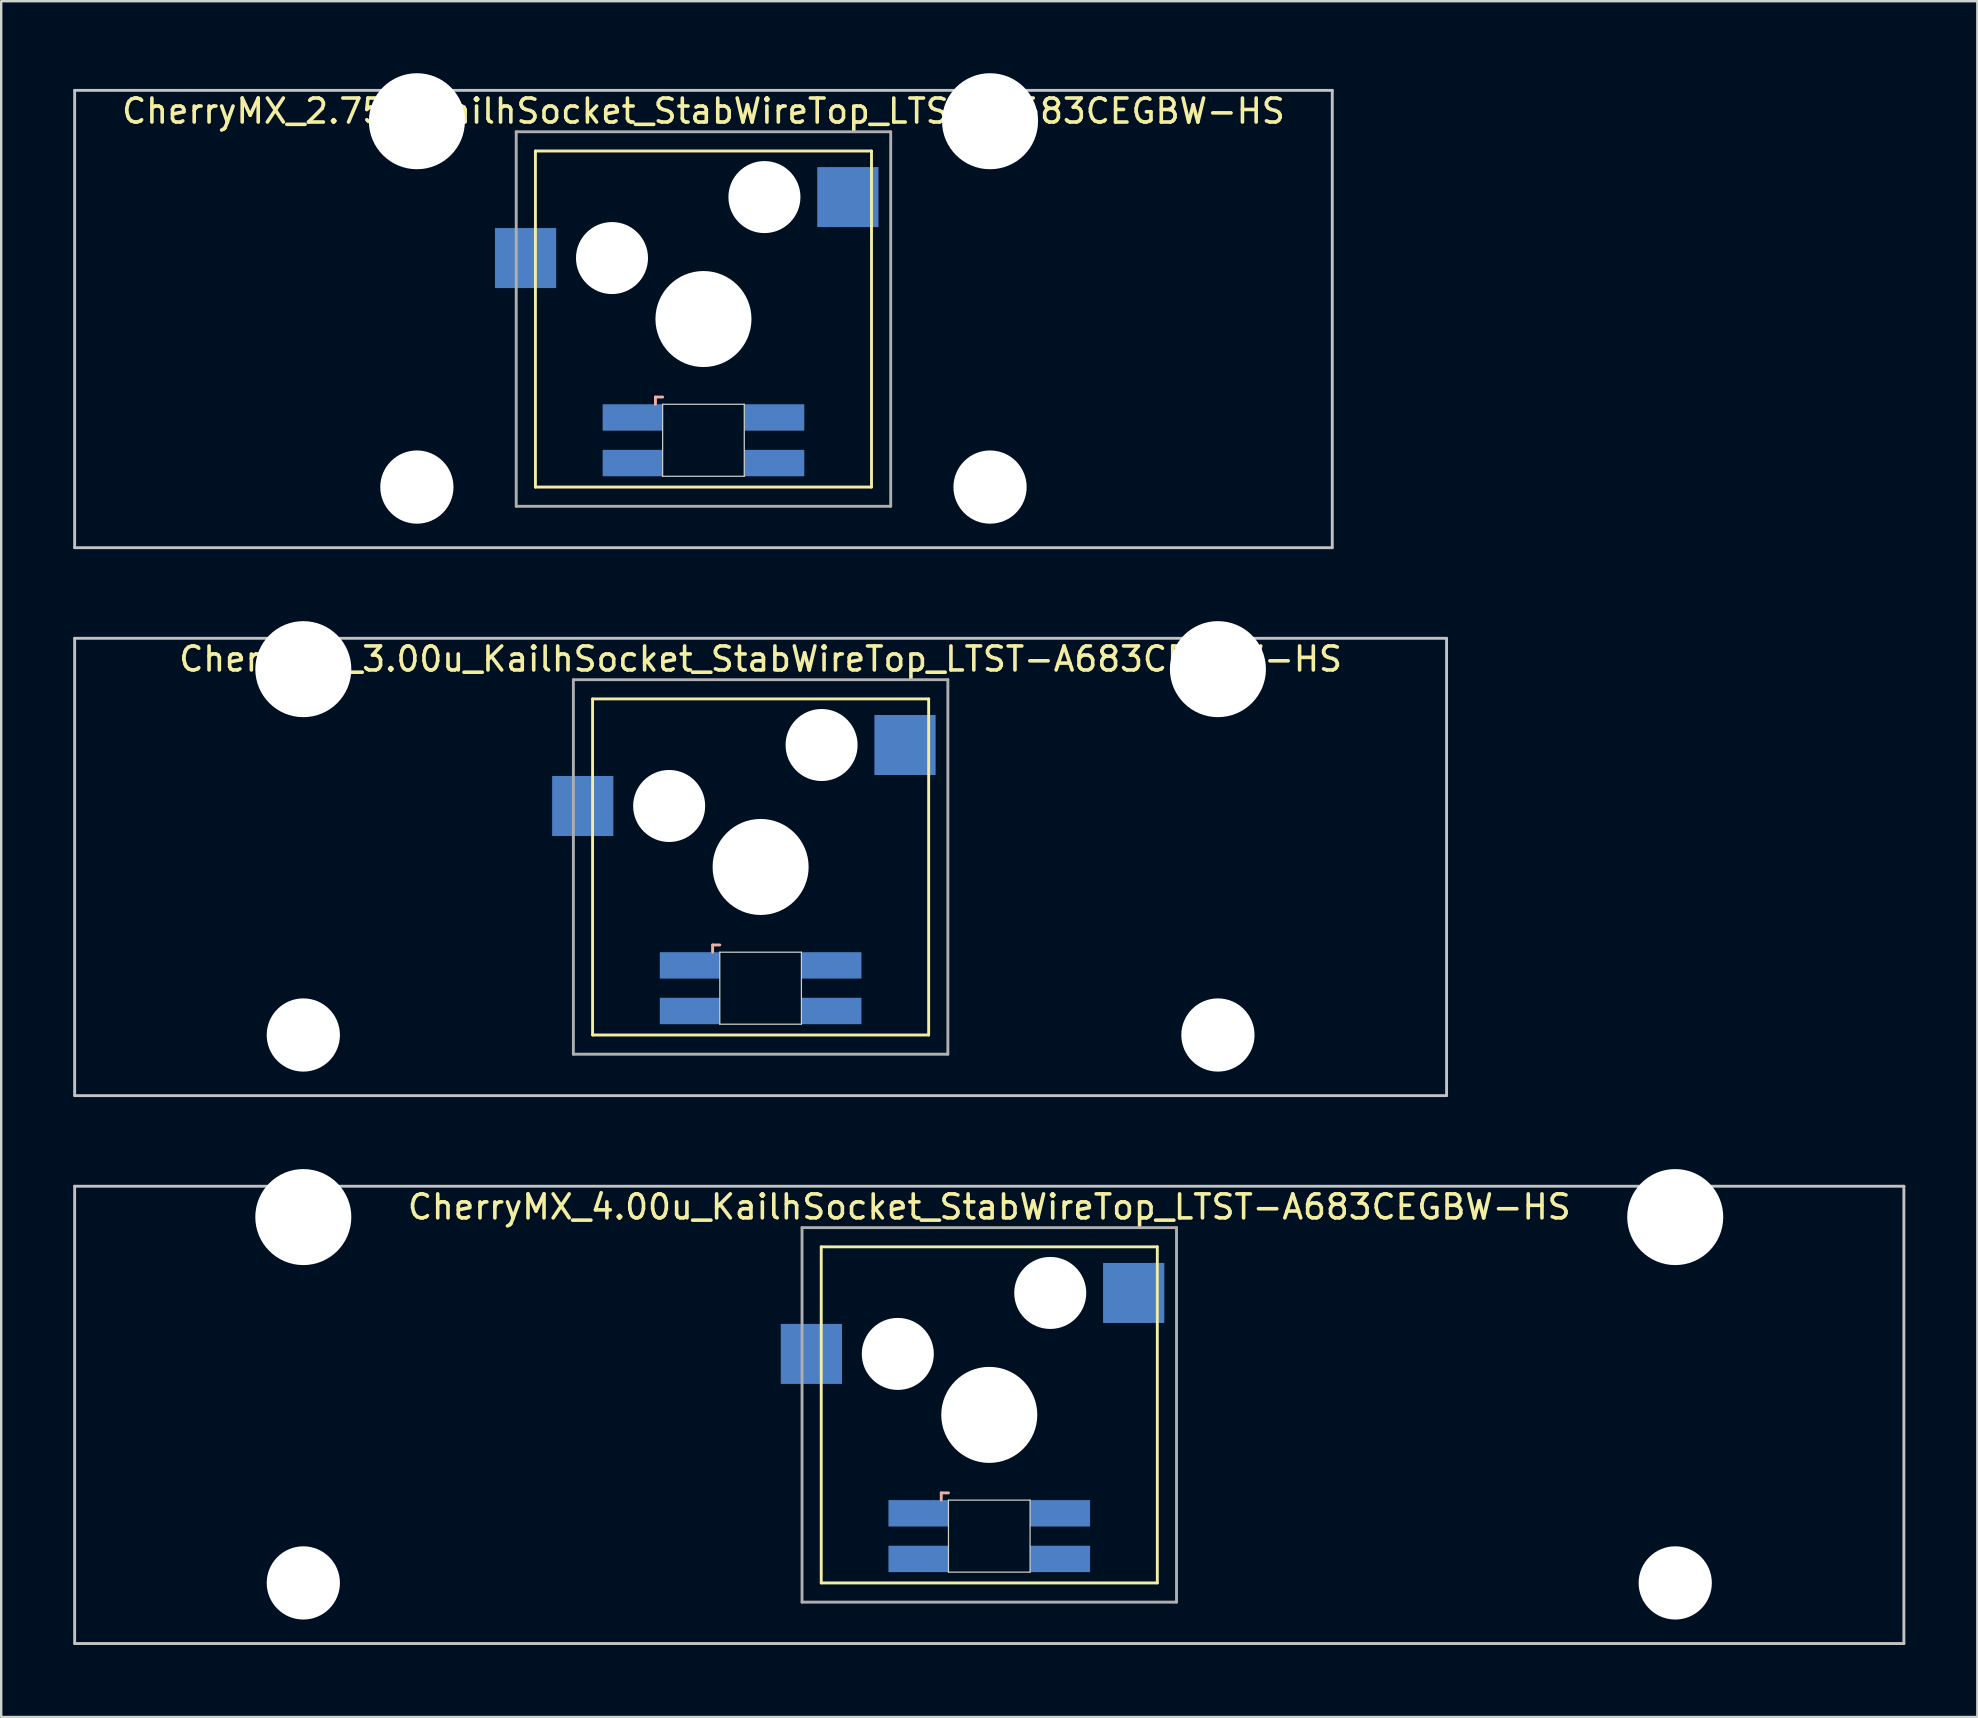
<source format=kicad_pcb>
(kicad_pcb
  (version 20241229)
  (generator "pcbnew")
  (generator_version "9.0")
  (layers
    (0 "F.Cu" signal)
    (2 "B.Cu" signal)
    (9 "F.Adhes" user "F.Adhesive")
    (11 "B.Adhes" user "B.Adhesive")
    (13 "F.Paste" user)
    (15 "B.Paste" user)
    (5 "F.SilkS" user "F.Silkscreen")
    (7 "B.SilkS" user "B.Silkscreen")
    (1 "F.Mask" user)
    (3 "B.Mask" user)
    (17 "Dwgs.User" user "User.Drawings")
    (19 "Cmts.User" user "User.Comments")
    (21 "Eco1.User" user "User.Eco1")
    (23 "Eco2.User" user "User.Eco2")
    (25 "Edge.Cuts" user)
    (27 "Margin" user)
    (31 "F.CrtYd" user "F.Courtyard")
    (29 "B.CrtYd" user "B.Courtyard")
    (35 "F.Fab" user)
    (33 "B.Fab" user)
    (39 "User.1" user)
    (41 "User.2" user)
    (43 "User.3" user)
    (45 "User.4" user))
  (footprint "CherryMX_4.00u_KailhSocket_StabWireTop_LTST-A683CEGBW-HS"
    (layer "F.Cu")
    (at 38.16 55.89)
    (property "Reference" "CherryMX_4.00u_KailhSocket_StabWireTop_LTST-A683CEGBW-HS" (at 0 -8.662 0) (layer "F.SilkS") (effects (font (size 1 1) (thickness 0.15))))
    (attr through_hole)
    (fp_line (start -7 -7) (end -7 7) (stroke (width 0.12) (type solid)) (layer "F.SilkS"))
    (fp_line (start -7 -7) (end 7 -7) (stroke (width 0.12) (type solid)) (layer "F.SilkS"))
    (fp_line (start 7 -7) (end 7 7) (stroke (width 0.12) (type solid)) (layer "F.SilkS"))
    (fp_line (start 7 7) (end -7 7) (stroke (width 0.12) (type solid)) (layer "F.SilkS"))
    (fp_line (start -2 3.25) (end -2 3.55) (stroke (width 0.12) (type solid)) (layer "B.SilkS"))
    (fp_line (start -1.7 3.25) (end -2 3.25) (stroke (width 0.12) (type solid)) (layer "B.SilkS"))
    (fp_line (start -38.1 -9.525) (end 38.1 -9.525) (stroke (width 0.12) (type solid)) (layer "Dwgs.User"))
    (fp_line (start -38.1 9.525) (end -38.1 -9.525) (stroke (width 0.12) (type solid)) (layer "Dwgs.User"))
    (fp_line (start 38.1 -9.525) (end 38.1 9.525) (stroke (width 0.12) (type solid)) (layer "Dwgs.User"))
    (fp_line (start 38.1 9.525) (end -38.1 9.525) (stroke (width 0.12) (type solid)) (layer "Dwgs.User"))
    (fp_line (start -1.7 3.55) (end 1.7 3.55) (stroke (width 0.05) (type solid)) (layer "Edge.Cuts"))
    (fp_line (start -1.7 6.55) (end -1.7 3.55) (stroke (width 0.05) (type solid)) (layer "Edge.Cuts"))
    (fp_line (start 1.7 3.55) (end 1.7 6.55) (stroke (width 0.05) (type solid)) (layer "Edge.Cuts"))
    (fp_line (start 1.7 6.55) (end -1.7 6.55) (stroke (width 0.05) (type solid)) (layer "Edge.Cuts"))
    (fp_line (start -7.8 -7.8) (end -7.8 7.8) (stroke (width 0.12) (type solid)) (layer "F.Fab"))
    (fp_line (start -7.8 -7.8) (end 7.8 -7.8) (stroke (width 0.12) (type solid)) (layer "F.Fab"))
    (fp_line (start -7.8 7.8) (end 7.8 7.8) (stroke (width 0.12) (type solid)) (layer "F.Fab"))
    (fp_line (start 7.8 -7.8) (end 7.8 7.8) (stroke (width 0.12) (type solid)) (layer "F.Fab"))
    (pad "" np_thru_hole circle (at -28.575 -8.24) (size 4 4) (drill 4) (layers "*.Cu" "*.Mask"))
    (pad "" np_thru_hole circle (at -28.575 7) (size 3.05 3.05) (drill 3.05) (layers "*.Cu" "*.Mask"))
    (pad "" np_thru_hole circle (at -3.81 -2.54) (size 3 3) (drill 3) (layers "*.Cu" "*.Mask"))
    (pad "" np_thru_hole circle (at 0 0) (size 4 4) (drill 4) (layers "*.Cu" "*.Mask"))
    (pad "" np_thru_hole circle (at 2.54 -5.08) (size 3 3) (drill 3) (layers "*.Cu" "*.Mask"))
    (pad "" np_thru_hole circle (at 28.575 -8.24) (size 4 4) (drill 4) (layers "*.Cu" "*.Mask"))
    (pad "" np_thru_hole circle (at 28.575 7) (size 3.05 3.05) (drill 3.05) (layers "*.Cu" "*.Mask"))
    (pad "1" smd rect (at -7.41 -2.54) (size 2.55 2.5) (layers "B.Cu" "B.Mask" "B.Paste"))
    (pad "2" smd rect (at 6.015 -5.08) (size 2.55 2.5) (layers "B.Cu" "B.Mask" "B.Paste"))
    (pad "3" smd rect (at -2.95 4.1) (size 2.5 1.1) (layers "B.Cu" "B.Mask" "B.Paste"))
    (pad "4" smd rect (at -2.95 6) (size 2.5 1.1) (layers "B.Cu" "B.Mask" "B.Paste"))
    (pad "5" smd rect (at 2.95 4.1) (size 2.5 1.1) (layers "B.Cu" "B.Mask" "B.Paste"))
    (pad "6" smd rect (at 2.95 6) (size 2.5 1.1) (layers "B.Cu" "B.Mask" "B.Paste")))
  (footprint "CherryMX_3.00u_KailhSocket_StabWireTop_LTST-A683CEGBW-HS"
    (layer "F.Cu")
    (at 28.635 33.065)
    (property "Reference" "CherryMX_3.00u_KailhSocket_StabWireTop_LTST-A683CEGBW-HS" (at 0 -8.662 0) (layer "F.SilkS") (effects (font (size 1 1) (thickness 0.15))))
    (attr through_hole)
    (fp_line (start -7 -7) (end -7 7) (stroke (width 0.12) (type solid)) (layer "F.SilkS"))
    (fp_line (start -7 -7) (end 7 -7) (stroke (width 0.12) (type solid)) (layer "F.SilkS"))
    (fp_line (start 7 -7) (end 7 7) (stroke (width 0.12) (type solid)) (layer "F.SilkS"))
    (fp_line (start 7 7) (end -7 7) (stroke (width 0.12) (type solid)) (layer "F.SilkS"))
    (fp_line (start -2 3.25) (end -2 3.55) (stroke (width 0.12) (type solid)) (layer "B.SilkS"))
    (fp_line (start -1.7 3.25) (end -2 3.25) (stroke (width 0.12) (type solid)) (layer "B.SilkS"))
    (fp_line (start -28.575 -9.525) (end 28.575 -9.525) (stroke (width 0.12) (type solid)) (layer "Dwgs.User"))
    (fp_line (start -28.575 9.525) (end -28.575 -9.525) (stroke (width 0.12) (type solid)) (layer "Dwgs.User"))
    (fp_line (start 28.575 -9.525) (end 28.575 9.525) (stroke (width 0.12) (type solid)) (layer "Dwgs.User"))
    (fp_line (start 28.575 9.525) (end -28.575 9.525) (stroke (width 0.12) (type solid)) (layer "Dwgs.User"))
    (fp_line (start -1.7 3.55) (end 1.7 3.55) (stroke (width 0.05) (type solid)) (layer "Edge.Cuts"))
    (fp_line (start -1.7 6.55) (end -1.7 3.55) (stroke (width 0.05) (type solid)) (layer "Edge.Cuts"))
    (fp_line (start 1.7 3.55) (end 1.7 6.55) (stroke (width 0.05) (type solid)) (layer "Edge.Cuts"))
    (fp_line (start 1.7 6.55) (end -1.7 6.55) (stroke (width 0.05) (type solid)) (layer "Edge.Cuts"))
    (fp_line (start -7.8 -7.8) (end -7.8 7.8) (stroke (width 0.12) (type solid)) (layer "F.Fab"))
    (fp_line (start -7.8 -7.8) (end 7.8 -7.8) (stroke (width 0.12) (type solid)) (layer "F.Fab"))
    (fp_line (start -7.8 7.8) (end 7.8 7.8) (stroke (width 0.12) (type solid)) (layer "F.Fab"))
    (fp_line (start 7.8 -7.8) (end 7.8 7.8) (stroke (width 0.12) (type solid)) (layer "F.Fab"))
    (pad "" np_thru_hole circle (at -19.05 -8.24) (size 4 4) (drill 4) (layers "*.Cu" "*.Mask"))
    (pad "" np_thru_hole circle (at -19.05 7) (size 3.05 3.05) (drill 3.05) (layers "*.Cu" "*.Mask"))
    (pad "" np_thru_hole circle (at -3.81 -2.54) (size 3 3) (drill 3) (layers "*.Cu" "*.Mask"))
    (pad "" np_thru_hole circle (at 0 0) (size 4 4) (drill 4) (layers "*.Cu" "*.Mask"))
    (pad "" np_thru_hole circle (at 2.54 -5.08) (size 3 3) (drill 3) (layers "*.Cu" "*.Mask"))
    (pad "" np_thru_hole circle (at 19.05 -8.24) (size 4 4) (drill 4) (layers "*.Cu" "*.Mask"))
    (pad "" np_thru_hole circle (at 19.05 7) (size 3.05 3.05) (drill 3.05) (layers "*.Cu" "*.Mask"))
    (pad "1" smd rect (at -7.41 -2.54) (size 2.55 2.5) (layers "B.Cu" "B.Mask" "B.Paste"))
    (pad "2" smd rect (at 6.015 -5.08) (size 2.55 2.5) (layers "B.Cu" "B.Mask" "B.Paste"))
    (pad "3" smd rect (at -2.95 4.1) (size 2.5 1.1) (layers "B.Cu" "B.Mask" "B.Paste"))
    (pad "4" smd rect (at -2.95 6) (size 2.5 1.1) (layers "B.Cu" "B.Mask" "B.Paste"))
    (pad "5" smd rect (at 2.95 4.1) (size 2.5 1.1) (layers "B.Cu" "B.Mask" "B.Paste"))
    (pad "6" smd rect (at 2.95 6) (size 2.5 1.1) (layers "B.Cu" "B.Mask" "B.Paste")))
  (footprint "CherryMX_2.75u_KailhSocket_StabWireTop_LTST-A683CEGBW-HS"
    (layer "F.Cu")
    (at 26.254 10.24)
    (property "Reference" "CherryMX_2.75u_KailhSocket_StabWireTop_LTST-A683CEGBW-HS" (at 0 -8.662 0) (layer "F.SilkS") (effects (font (size 1 1) (thickness 0.15))))
    (attr through_hole)
    (fp_line (start -7 -7) (end -7 7) (stroke (width 0.12) (type solid)) (layer "F.SilkS"))
    (fp_line (start -7 -7) (end 7 -7) (stroke (width 0.12) (type solid)) (layer "F.SilkS"))
    (fp_line (start 7 -7) (end 7 7) (stroke (width 0.12) (type solid)) (layer "F.SilkS"))
    (fp_line (start 7 7) (end -7 7) (stroke (width 0.12) (type solid)) (layer "F.SilkS"))
    (fp_line (start -2 3.25) (end -2 3.55) (stroke (width 0.12) (type solid)) (layer "B.SilkS"))
    (fp_line (start -1.7 3.25) (end -2 3.25) (stroke (width 0.12) (type solid)) (layer "B.SilkS"))
    (fp_line (start -26.194 -9.525) (end 26.194 -9.525) (stroke (width 0.12) (type solid)) (layer "Dwgs.User"))
    (fp_line (start -26.194 9.525) (end -26.194 -9.525) (stroke (width 0.12) (type solid)) (layer "Dwgs.User"))
    (fp_line (start 26.194 -9.525) (end 26.194 9.525) (stroke (width 0.12) (type solid)) (layer "Dwgs.User"))
    (fp_line (start 26.194 9.525) (end -26.194 9.525) (stroke (width 0.12) (type solid)) (layer "Dwgs.User"))
    (fp_line (start -1.7 3.55) (end 1.7 3.55) (stroke (width 0.05) (type solid)) (layer "Edge.Cuts"))
    (fp_line (start -1.7 6.55) (end -1.7 3.55) (stroke (width 0.05) (type solid)) (layer "Edge.Cuts"))
    (fp_line (start 1.7 3.55) (end 1.7 6.55) (stroke (width 0.05) (type solid)) (layer "Edge.Cuts"))
    (fp_line (start 1.7 6.55) (end -1.7 6.55) (stroke (width 0.05) (type solid)) (layer "Edge.Cuts"))
    (fp_line (start -7.8 -7.8) (end -7.8 7.8) (stroke (width 0.12) (type solid)) (layer "F.Fab"))
    (fp_line (start -7.8 -7.8) (end 7.8 -7.8) (stroke (width 0.12) (type solid)) (layer "F.Fab"))
    (fp_line (start -7.8 7.8) (end 7.8 7.8) (stroke (width 0.12) (type solid)) (layer "F.Fab"))
    (fp_line (start 7.8 -7.8) (end 7.8 7.8) (stroke (width 0.12) (type solid)) (layer "F.Fab"))
    (pad "" np_thru_hole circle (at -11.938 -8.24) (size 4 4) (drill 4) (layers "*.Cu" "*.Mask"))
    (pad "" np_thru_hole circle (at -11.938 7) (size 3.05 3.05) (drill 3.05) (layers "*.Cu" "*.Mask"))
    (pad "" np_thru_hole circle (at -3.81 -2.54) (size 3 3) (drill 3) (layers "*.Cu" "*.Mask"))
    (pad "" np_thru_hole circle (at 0 0) (size 4 4) (drill 4) (layers "*.Cu" "*.Mask"))
    (pad "" np_thru_hole circle (at 2.54 -5.08) (size 3 3) (drill 3) (layers "*.Cu" "*.Mask"))
    (pad "" np_thru_hole circle (at 11.938 -8.24) (size 4 4) (drill 4) (layers "*.Cu" "*.Mask"))
    (pad "" np_thru_hole circle (at 11.938 7) (size 3.05 3.05) (drill 3.05) (layers "*.Cu" "*.Mask"))
    (pad "1" smd rect (at -7.41 -2.54) (size 2.55 2.5) (layers "B.Cu" "B.Mask" "B.Paste"))
    (pad "2" smd rect (at 6.015 -5.08) (size 2.55 2.5) (layers "B.Cu" "B.Mask" "B.Paste"))
    (pad "3" smd rect (at -2.95 4.1) (size 2.5 1.1) (layers "B.Cu" "B.Mask" "B.Paste"))
    (pad "4" smd rect (at -2.95 6) (size 2.5 1.1) (layers "B.Cu" "B.Mask" "B.Paste"))
    (pad "5" smd rect (at 2.95 4.1) (size 2.5 1.1) (layers "B.Cu" "B.Mask" "B.Paste"))
    (pad "6" smd rect (at 2.95 6) (size 2.5 1.1) (layers "B.Cu" "B.Mask" "B.Paste")))
  (gr_rect
    (start -3 -3)
    (end 79.32 68.475)
    (stroke (width 0.1) (type default))
    (fill no)
    (layer "Edge.Cuts")))
</source>
